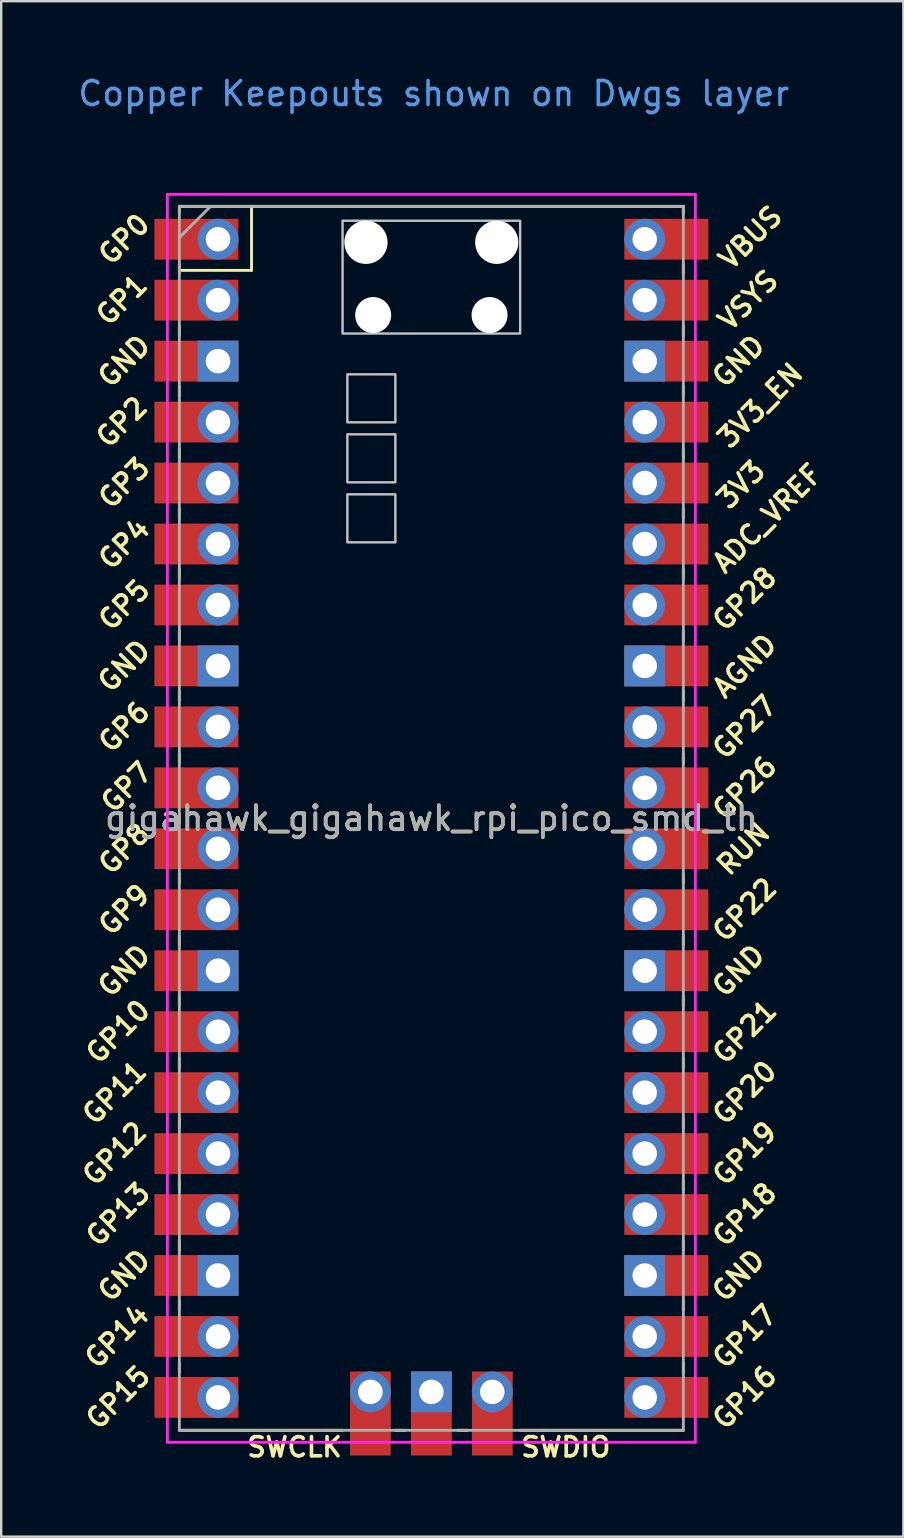
<source format=kicad_pcb>
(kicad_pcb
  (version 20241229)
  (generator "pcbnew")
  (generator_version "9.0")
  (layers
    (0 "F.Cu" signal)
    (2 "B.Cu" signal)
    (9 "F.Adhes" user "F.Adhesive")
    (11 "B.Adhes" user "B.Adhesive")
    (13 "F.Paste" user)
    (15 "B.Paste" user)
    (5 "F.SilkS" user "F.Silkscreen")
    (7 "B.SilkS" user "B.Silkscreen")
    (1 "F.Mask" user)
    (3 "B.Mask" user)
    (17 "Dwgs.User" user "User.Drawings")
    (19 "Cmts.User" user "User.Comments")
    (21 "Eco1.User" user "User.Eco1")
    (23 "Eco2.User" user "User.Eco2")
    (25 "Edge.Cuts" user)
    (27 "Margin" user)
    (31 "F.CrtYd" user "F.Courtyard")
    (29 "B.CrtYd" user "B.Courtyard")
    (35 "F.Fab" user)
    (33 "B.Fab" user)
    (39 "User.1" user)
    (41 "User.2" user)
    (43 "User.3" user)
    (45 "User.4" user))
  (footprint "gigahawk_gigahawk_rpi_pico_smd_th"
    (layer "F.Cu")
    (at 14.924 31.048)
    (property "Reference" "gigahawk_gigahawk_rpi_pico_smd_th" (at 0 0 0) (layer "F.SilkS") (effects (font (size 1 1) (thickness 0.15))))
    (attr through_hole)
    (fp_line (start -10.5 -25.5) (end -10.5 -25.2) (stroke (width 0.12) (type solid)) (layer "F.SilkS"))
    (fp_line (start -10.5 -25.5) (end 10.5 -25.5) (stroke (width 0.12) (type solid)) (layer "F.SilkS"))
    (fp_line (start -10.5 -23.1) (end -10.5 -22.7) (stroke (width 0.12) (type solid)) (layer "F.SilkS"))
    (fp_line (start -10.5 -22.833) (end -7.493 -22.833) (stroke (width 0.12) (type solid)) (layer "F.SilkS"))
    (fp_line (start -10.5 -20.5) (end -10.5 -20.1) (stroke (width 0.12) (type solid)) (layer "F.SilkS"))
    (fp_line (start -10.5 -18) (end -10.5 -17.6) (stroke (width 0.12) (type solid)) (layer "F.SilkS"))
    (fp_line (start -10.5 -15.4) (end -10.5 -15) (stroke (width 0.12) (type solid)) (layer "F.SilkS"))
    (fp_line (start -10.5 -12.9) (end -10.5 -12.5) (stroke (width 0.12) (type solid)) (layer "F.SilkS"))
    (fp_line (start -10.5 -10.4) (end -10.5 -10) (stroke (width 0.12) (type solid)) (layer "F.SilkS"))
    (fp_line (start -10.5 -7.8) (end -10.5 -7.4) (stroke (width 0.12) (type solid)) (layer "F.SilkS"))
    (fp_line (start -10.5 -5.3) (end -10.5 -4.9) (stroke (width 0.12) (type solid)) (layer "F.SilkS"))
    (fp_line (start -10.5 -2.7) (end -10.5 -2.3) (stroke (width 0.12) (type solid)) (layer "F.SilkS"))
    (fp_line (start -10.5 -0.2) (end -10.5 0.2) (stroke (width 0.12) (type solid)) (layer "F.SilkS"))
    (fp_line (start -10.5 2.3) (end -10.5 2.7) (stroke (width 0.12) (type solid)) (layer "F.SilkS"))
    (fp_line (start -10.5 4.9) (end -10.5 5.3) (stroke (width 0.12) (type solid)) (layer "F.SilkS"))
    (fp_line (start -10.5 7.4) (end -10.5 7.8) (stroke (width 0.12) (type solid)) (layer "F.SilkS"))
    (fp_line (start -10.5 10) (end -10.5 10.4) (stroke (width 0.12) (type solid)) (layer "F.SilkS"))
    (fp_line (start -10.5 12.5) (end -10.5 12.9) (stroke (width 0.12) (type solid)) (layer "F.SilkS"))
    (fp_line (start -10.5 15.1) (end -10.5 15.5) (stroke (width 0.12) (type solid)) (layer "F.SilkS"))
    (fp_line (start -10.5 17.6) (end -10.5 18) (stroke (width 0.12) (type solid)) (layer "F.SilkS"))
    (fp_line (start -10.5 20.1) (end -10.5 20.5) (stroke (width 0.12) (type solid)) (layer "F.SilkS"))
    (fp_line (start -10.5 22.7) (end -10.5 23.1) (stroke (width 0.12) (type solid)) (layer "F.SilkS"))
    (fp_line (start -7.493 -22.833) (end -7.493 -25.5) (stroke (width 0.12) (type solid)) (layer "F.SilkS"))
    (fp_line (start -3.7 25.5) (end -10.5 25.5) (stroke (width 0.12) (type solid)) (layer "F.SilkS"))
    (fp_line (start -1.5 25.5) (end -1.1 25.5) (stroke (width 0.12) (type solid)) (layer "F.SilkS"))
    (fp_line (start 1.1 25.5) (end 1.5 25.5) (stroke (width 0.12) (type solid)) (layer "F.SilkS"))
    (fp_line (start 10.5 -25.5) (end 10.5 -25.2) (stroke (width 0.12) (type solid)) (layer "F.SilkS"))
    (fp_line (start 10.5 -23.1) (end 10.5 -22.7) (stroke (width 0.12) (type solid)) (layer "F.SilkS"))
    (fp_line (start 10.5 -20.5) (end 10.5 -20.1) (stroke (width 0.12) (type solid)) (layer "F.SilkS"))
    (fp_line (start 10.5 -18) (end 10.5 -17.6) (stroke (width 0.12) (type solid)) (layer "F.SilkS"))
    (fp_line (start 10.5 -15.4) (end 10.5 -15) (stroke (width 0.12) (type solid)) (layer "F.SilkS"))
    (fp_line (start 10.5 -12.9) (end 10.5 -12.5) (stroke (width 0.12) (type solid)) (layer "F.SilkS"))
    (fp_line (start 10.5 -10.4) (end 10.5 -10) (stroke (width 0.12) (type solid)) (layer "F.SilkS"))
    (fp_line (start 10.5 -7.8) (end 10.5 -7.4) (stroke (width 0.12) (type solid)) (layer "F.SilkS"))
    (fp_line (start 10.5 -5.3) (end 10.5 -4.9) (stroke (width 0.12) (type solid)) (layer "F.SilkS"))
    (fp_line (start 10.5 -2.7) (end 10.5 -2.3) (stroke (width 0.12) (type solid)) (layer "F.SilkS"))
    (fp_line (start 10.5 -0.2) (end 10.5 0.2) (stroke (width 0.12) (type solid)) (layer "F.SilkS"))
    (fp_line (start 10.5 2.3) (end 10.5 2.7) (stroke (width 0.12) (type solid)) (layer "F.SilkS"))
    (fp_line (start 10.5 4.9) (end 10.5 5.3) (stroke (width 0.12) (type solid)) (layer "F.SilkS"))
    (fp_line (start 10.5 7.4) (end 10.5 7.8) (stroke (width 0.12) (type solid)) (layer "F.SilkS"))
    (fp_line (start 10.5 10) (end 10.5 10.4) (stroke (width 0.12) (type solid)) (layer "F.SilkS"))
    (fp_line (start 10.5 12.5) (end 10.5 12.9) (stroke (width 0.12) (type solid)) (layer "F.SilkS"))
    (fp_line (start 10.5 15.1) (end 10.5 15.5) (stroke (width 0.12) (type solid)) (layer "F.SilkS"))
    (fp_line (start 10.5 17.6) (end 10.5 18) (stroke (width 0.12) (type solid)) (layer "F.SilkS"))
    (fp_line (start 10.5 20.1) (end 10.5 20.5) (stroke (width 0.12) (type solid)) (layer "F.SilkS"))
    (fp_line (start 10.5 22.7) (end 10.5 23.1) (stroke (width 0.12) (type solid)) (layer "F.SilkS"))
    (fp_line (start 10.5 25.5) (end 3.7 25.5) (stroke (width 0.12) (type solid)) (layer "F.SilkS"))
    (fp_poly (pts (xy -1.5 -16.5) (xy -3.5 -16.5) (xy -3.5 -18.5) (xy -1.5 -18.5)) (stroke (width 0.1) (type solid)) (fill no) (layer "Dwgs.User"))
    (fp_poly (pts (xy -1.5 -14) (xy -3.5 -14) (xy -3.5 -16) (xy -1.5 -16)) (stroke (width 0.1) (type solid)) (fill no) (layer "Dwgs.User"))
    (fp_poly (pts (xy -1.5 -11.5) (xy -3.5 -11.5) (xy -3.5 -13.5) (xy -1.5 -13.5)) (stroke (width 0.1) (type solid)) (fill no) (layer "Dwgs.User"))
    (fp_poly (pts (xy 3.7 -20.2) (xy -3.7 -20.2) (xy -3.7 -24.9) (xy 3.7 -24.9)) (stroke (width 0.1) (type solid)) (fill no) (layer "Dwgs.User"))
    (fp_line (start -11 -26) (end 11 -26) (stroke (width 0.12) (type solid)) (layer "F.CrtYd"))
    (fp_line (start -11 26) (end -11 -26) (stroke (width 0.12) (type solid)) (layer "F.CrtYd"))
    (fp_line (start 11 -26) (end 11 26) (stroke (width 0.12) (type solid)) (layer "F.CrtYd"))
    (fp_line (start 11 26) (end -11 26) (stroke (width 0.12) (type solid)) (layer "F.CrtYd"))
    (fp_line (start -10.5 -25.5) (end 10.5 -25.5) (stroke (width 0.12) (type solid)) (layer "F.Fab"))
    (fp_line (start -10.5 -24.2) (end -9.2 -25.5) (stroke (width 0.12) (type solid)) (layer "F.Fab"))
    (fp_line (start -10.5 25.5) (end -10.5 -25.5) (stroke (width 0.12) (type solid)) (layer "F.Fab"))
    (fp_line (start 10.5 -25.5) (end 10.5 25.5) (stroke (width 0.12) (type solid)) (layer "F.Fab"))
    (fp_line (start 10.5 25.5) (end -10.5 25.5) (stroke (width 0.12) (type solid)) (layer "F.Fab"))
    (fp_text user "GP27" (at 13.054 -3.8 45) (layer "F.SilkS") (effects (font (size 0.8 0.8) (thickness 0.15))))
    (fp_text user "GND" (at 12.8 19.05 45) (layer "F.SilkS") (effects (font (size 0.8 0.8) (thickness 0.15))))
    (fp_text user "GP26" (at 13.054 -1.27 45) (layer "F.SilkS") (effects (font (size 0.8 0.8) (thickness 0.15))))
    (fp_text user "GP21" (at 13.054 8.9 45) (layer "F.SilkS") (effects (font (size 0.8 0.8) (thickness 0.15))))
    (fp_text user "GP3" (at -12.8 -13.97 45) (layer "F.SilkS") (effects (font (size 0.8 0.8) (thickness 0.15))))
    (fp_text user "GP14" (at -13.1 21.59 45) (layer "F.SilkS") (effects (font (size 0.8 0.8) (thickness 0.15))))
    (fp_text user "GP28" (at 13.054 -9.144 45) (layer "F.SilkS") (effects (font (size 0.8 0.8) (thickness 0.15))))
    (fp_text user "GP17" (at 13.054 21.59 45) (layer "F.SilkS") (effects (font (size 0.8 0.8) (thickness 0.15))))
    (fp_text user "GND" (at -12.8 -19.05 45) (layer "F.SilkS") (effects (font (size 0.8 0.8) (thickness 0.15))))
    (fp_text user "GP4" (at -12.8 -11.43 45) (layer "F.SilkS") (effects (font (size 0.8 0.8) (thickness 0.15))))
    (fp_text user "GP15" (at -13.054 24.13 45) (layer "F.SilkS") (effects (font (size 0.8 0.8) (thickness 0.15))))
    (fp_text user "GND" (at -12.8 19.05 45) (layer "F.SilkS") (effects (font (size 0.8 0.8) (thickness 0.15))))
    (fp_text user "GND" (at 12.8 -19.05 45) (layer "F.SilkS") (effects (font (size 0.8 0.8) (thickness 0.15))))
    (fp_text user "GP9" (at -12.8 3.81 45) (layer "F.SilkS") (effects (font (size 0.8 0.8) (thickness 0.15))))
    (fp_text user "GP10" (at -13.054 8.89 45) (layer "F.SilkS") (effects (font (size 0.8 0.8) (thickness 0.15))))
    (fp_text user "GP5" (at -12.8 -8.89 45) (layer "F.SilkS") (effects (font (size 0.8 0.8) (thickness 0.15))))
    (fp_text user "GP6" (at -12.8 -3.81 45) (layer "F.SilkS") (effects (font (size 0.8 0.8) (thickness 0.15))))
    (fp_text user "GND" (at -12.8 6.35 45) (layer "F.SilkS") (effects (font (size 0.8 0.8) (thickness 0.15))))
    (fp_text user "VSYS" (at 13.2 -21.59 45) (layer "F.SilkS") (effects (font (size 0.8 0.8) (thickness 0.15))))
    (fp_text user "GND" (at 12.8 6.35 45) (layer "F.SilkS") (effects (font (size 0.8 0.8) (thickness 0.15))))
    (fp_text user "GP22" (at 13.054 3.81 45) (layer "F.SilkS") (effects (font (size 0.8 0.8) (thickness 0.15))))
    (fp_text user "GP7" (at -12.7 -1.3 45) (layer "F.SilkS") (effects (font (size 0.8 0.8) (thickness 0.15))))
    (fp_text user "GP18" (at 13.054 16.51 45) (layer "F.SilkS") (effects (font (size 0.8 0.8) (thickness 0.15))))
    (fp_text user "GP2" (at -12.9 -16.51 45) (layer "F.SilkS") (effects (font (size 0.8 0.8) (thickness 0.15))))
    (fp_text user "GP19" (at 13.054 13.97 45) (layer "F.SilkS") (effects (font (size 0.8 0.8) (thickness 0.15))))
    (fp_text user "GP1" (at -12.9 -21.6 45) (layer "F.SilkS") (effects (font (size 0.8 0.8) (thickness 0.15))))
    (fp_text user "3V3" (at 12.9 -13.9 45) (layer "F.SilkS") (effects (font (size 0.8 0.8) (thickness 0.15))))
    (fp_text user "ADC_VREF" (at 14 -12.5 45) (layer "F.SilkS") (effects (font (size 0.8 0.8) (thickness 0.15))))
    (fp_text user "GP0" (at -12.8 -24.13 45) (layer "F.SilkS") (effects (font (size 0.8 0.8) (thickness 0.15))))
    (fp_text user "RUN" (at 13 1.27 45) (layer "F.SilkS") (effects (font (size 0.8 0.8) (thickness 0.15))))
    (fp_text user "3V3_EN" (at 13.7 -17.2 45) (layer "F.SilkS") (effects (font (size 0.8 0.8) (thickness 0.15))))
    (fp_text user "GP20" (at 13.054 11.43 45) (layer "F.SilkS") (effects (font (size 0.8 0.8) (thickness 0.15))))
    (fp_text user "GP13" (at -13.054 16.51 45) (layer "F.SilkS") (effects (font (size 0.8 0.8) (thickness 0.15))))
    (fp_text user "GP16" (at 13.054 24.13 45) (layer "F.SilkS") (effects (font (size 0.8 0.8) (thickness 0.15))))
    (fp_text user "GND" (at -12.8 -6.35 45) (layer "F.SilkS") (effects (font (size 0.8 0.8) (thickness 0.15))))
    (fp_text user "GP12" (at -13.2 13.97 45) (layer "F.SilkS") (effects (font (size 0.8 0.8) (thickness 0.15))))
    (fp_text user "SWCLK" (at -5.7 26.2 0) (layer "F.SilkS") (effects (font (size 0.8 0.8) (thickness 0.15))))
    (fp_text user "GP8" (at -12.8 1.27 45) (layer "F.SilkS") (effects (font (size 0.8 0.8) (thickness 0.15))))
    (fp_text user "SWDIO" (at 5.6 26.2 0) (layer "F.SilkS") (effects (font (size 0.8 0.8) (thickness 0.15))))
    (fp_text user "AGND" (at 13.054 -6.35 45) (layer "F.SilkS") (effects (font (size 0.8 0.8) (thickness 0.15))))
    (fp_text user "GP11" (at -13.2 11.43 45) (layer "F.SilkS") (effects (font (size 0.8 0.8) (thickness 0.15))))
    (fp_text user "VBUS" (at 13.3 -24.2 45) (layer "F.SilkS") (effects (font (size 0.8 0.8) (thickness 0.15))))
    (fp_text user "Copper Keepouts shown on Dwgs layer" (at 0.1 -30.2 0) (layer "Cmts.User") (effects (font (size 1 1) (thickness 0.15))))
    (fp_text user "${REFERENCE}" (at 0 0 180) (layer "F.Fab") (effects (font (size 1 1) (thickness 0.15))))
    (pad "" np_thru_hole oval (at -2.725 -24) (size 1.8 1.8) (drill 1.8) (layers "*.Cu" "*.Mask"))
    (pad "" np_thru_hole oval (at -2.425 -20.97) (size 1.5 1.5) (drill 1.5) (layers "*.Cu" "*.Mask"))
    (pad "" np_thru_hole oval (at 2.425 -20.97) (size 1.5 1.5) (drill 1.5) (layers "*.Cu" "*.Mask"))
    (pad "" np_thru_hole oval (at 2.725 -24) (size 1.8 1.8) (drill 1.8) (layers "*.Cu" "*.Mask"))
    (pad "1" thru_hole oval (at -8.89 -24.13) (size 1.7 1.7) (drill 1.02) (layers "*.Cu" "*.Mask"))
    (pad "1" smd rect (at -8.89 -24.13) (size 3.5 1.7) (drill (offset -0.9 0)) (layers "F.Cu" "F.Mask"))
    (pad "2" thru_hole oval (at -8.89 -21.59) (size 1.7 1.7) (drill 1.02) (layers "*.Cu" "*.Mask"))
    (pad "2" smd rect (at -8.89 -21.59) (size 3.5 1.7) (drill (offset -0.9 0)) (layers "F.Cu" "F.Mask"))
    (pad "3" thru_hole rect (at -8.89 -19.05) (size 1.7 1.7) (drill 1.02) (layers "*.Cu" "*.Mask"))
    (pad "3" smd rect (at -8.89 -19.05) (size 3.5 1.7) (drill (offset -0.9 0)) (layers "F.Cu" "F.Mask"))
    (pad "4" thru_hole oval (at -8.89 -16.51) (size 1.7 1.7) (drill 1.02) (layers "*.Cu" "*.Mask"))
    (pad "4" smd rect (at -8.89 -16.51) (size 3.5 1.7) (drill (offset -0.9 0)) (layers "F.Cu" "F.Mask"))
    (pad "5" thru_hole oval (at -8.89 -13.97) (size 1.7 1.7) (drill 1.02) (layers "*.Cu" "*.Mask"))
    (pad "5" smd rect (at -8.89 -13.97) (size 3.5 1.7) (drill (offset -0.9 0)) (layers "F.Cu" "F.Mask"))
    (pad "6" thru_hole oval (at -8.89 -11.43) (size 1.7 1.7) (drill 1.02) (layers "*.Cu" "*.Mask"))
    (pad "6" smd rect (at -8.89 -11.43) (size 3.5 1.7) (drill (offset -0.9 0)) (layers "F.Cu" "F.Mask"))
    (pad "7" thru_hole oval (at -8.89 -8.89) (size 1.7 1.7) (drill 1.02) (layers "*.Cu" "*.Mask"))
    (pad "7" smd rect (at -8.89 -8.89) (size 3.5 1.7) (drill (offset -0.9 0)) (layers "F.Cu" "F.Mask"))
    (pad "8" thru_hole rect (at -8.89 -6.35) (size 1.7 1.7) (drill 1.02) (layers "*.Cu" "*.Mask"))
    (pad "8" smd rect (at -8.89 -6.35) (size 3.5 1.7) (drill (offset -0.9 0)) (layers "F.Cu" "F.Mask"))
    (pad "9" thru_hole oval (at -8.89 -3.81) (size 1.7 1.7) (drill 1.02) (layers "*.Cu" "*.Mask"))
    (pad "9" smd rect (at -8.89 -3.81) (size 3.5 1.7) (drill (offset -0.9 0)) (layers "F.Cu" "F.Mask"))
    (pad "10" thru_hole oval (at -8.89 -1.27) (size 1.7 1.7) (drill 1.02) (layers "*.Cu" "*.Mask"))
    (pad "10" smd rect (at -8.89 -1.27) (size 3.5 1.7) (drill (offset -0.9 0)) (layers "F.Cu" "F.Mask"))
    (pad "11" thru_hole oval (at -8.89 1.27) (size 1.7 1.7) (drill 1.02) (layers "*.Cu" "*.Mask"))
    (pad "11" smd rect (at -8.89 1.27) (size 3.5 1.7) (drill (offset -0.9 0)) (layers "F.Cu" "F.Mask"))
    (pad "12" thru_hole oval (at -8.89 3.81) (size 1.7 1.7) (drill 1.02) (layers "*.Cu" "*.Mask"))
    (pad "12" smd rect (at -8.89 3.81) (size 3.5 1.7) (drill (offset -0.9 0)) (layers "F.Cu" "F.Mask"))
    (pad "13" thru_hole rect (at -8.89 6.35) (size 1.7 1.7) (drill 1.02) (layers "*.Cu" "*.Mask"))
    (pad "13" smd rect (at -8.89 6.35) (size 3.5 1.7) (drill (offset -0.9 0)) (layers "F.Cu" "F.Mask"))
    (pad "14" thru_hole oval (at -8.89 8.89) (size 1.7 1.7) (drill 1.02) (layers "*.Cu" "*.Mask"))
    (pad "14" smd rect (at -8.89 8.89) (size 3.5 1.7) (drill (offset -0.9 0)) (layers "F.Cu" "F.Mask"))
    (pad "15" thru_hole oval (at -8.89 11.43) (size 1.7 1.7) (drill 1.02) (layers "*.Cu" "*.Mask"))
    (pad "15" smd rect (at -8.89 11.43) (size 3.5 1.7) (drill (offset -0.9 0)) (layers "F.Cu" "F.Mask"))
    (pad "16" thru_hole oval (at -8.89 13.97) (size 1.7 1.7) (drill 1.02) (layers "*.Cu" "*.Mask"))
    (pad "16" smd rect (at -8.89 13.97) (size 3.5 1.7) (drill (offset -0.9 0)) (layers "F.Cu" "F.Mask"))
    (pad "17" thru_hole oval (at -8.89 16.51) (size 1.7 1.7) (drill 1.02) (layers "*.Cu" "*.Mask"))
    (pad "17" smd rect (at -8.89 16.51) (size 3.5 1.7) (drill (offset -0.9 0)) (layers "F.Cu" "F.Mask"))
    (pad "18" thru_hole rect (at -8.89 19.05) (size 1.7 1.7) (drill 1.02) (layers "*.Cu" "*.Mask"))
    (pad "18" smd rect (at -8.89 19.05) (size 3.5 1.7) (drill (offset -0.9 0)) (layers "F.Cu" "F.Mask"))
    (pad "19" thru_hole oval (at -8.89 21.59) (size 1.7 1.7) (drill 1.02) (layers "*.Cu" "*.Mask"))
    (pad "19" smd rect (at -8.89 21.59) (size 3.5 1.7) (drill (offset -0.9 0)) (layers "F.Cu" "F.Mask"))
    (pad "20" thru_hole oval (at -8.89 24.13) (size 1.7 1.7) (drill 1.02) (layers "*.Cu" "*.Mask"))
    (pad "20" smd rect (at -8.89 24.13) (size 3.5 1.7) (drill (offset -0.9 0)) (layers "F.Cu" "F.Mask"))
    (pad "21" thru_hole oval (at 8.89 24.13) (size 1.7 1.7) (drill 1.02) (layers "*.Cu" "*.Mask"))
    (pad "21" smd rect (at 8.89 24.13) (size 3.5 1.7) (drill (offset 0.9 0)) (layers "F.Cu" "F.Mask"))
    (pad "22" thru_hole oval (at 8.89 21.59) (size 1.7 1.7) (drill 1.02) (layers "*.Cu" "*.Mask"))
    (pad "22" smd rect (at 8.89 21.59) (size 3.5 1.7) (drill (offset 0.9 0)) (layers "F.Cu" "F.Mask"))
    (pad "23" thru_hole rect (at 8.89 19.05) (size 1.7 1.7) (drill 1.02) (layers "*.Cu" "*.Mask"))
    (pad "23" smd rect (at 8.89 19.05) (size 3.5 1.7) (drill (offset 0.9 0)) (layers "F.Cu" "F.Mask"))
    (pad "24" thru_hole oval (at 8.89 16.51) (size 1.7 1.7) (drill 1.02) (layers "*.Cu" "*.Mask"))
    (pad "24" smd rect (at 8.89 16.51) (size 3.5 1.7) (drill (offset 0.9 0)) (layers "F.Cu" "F.Mask"))
    (pad "25" thru_hole oval (at 8.89 13.97) (size 1.7 1.7) (drill 1.02) (layers "*.Cu" "*.Mask"))
    (pad "25" smd rect (at 8.89 13.97) (size 3.5 1.7) (drill (offset 0.9 0)) (layers "F.Cu" "F.Mask"))
    (pad "26" thru_hole oval (at 8.89 11.43) (size 1.7 1.7) (drill 1.02) (layers "*.Cu" "*.Mask"))
    (pad "26" smd rect (at 8.89 11.43) (size 3.5 1.7) (drill (offset 0.9 0)) (layers "F.Cu" "F.Mask"))
    (pad "27" thru_hole oval (at 8.89 8.89) (size 1.7 1.7) (drill 1.02) (layers "*.Cu" "*.Mask"))
    (pad "27" smd rect (at 8.89 8.89) (size 3.5 1.7) (drill (offset 0.9 0)) (layers "F.Cu" "F.Mask"))
    (pad "28" thru_hole rect (at 8.89 6.35) (size 1.7 1.7) (drill 1.02) (layers "*.Cu" "*.Mask"))
    (pad "28" smd rect (at 8.89 6.35) (size 3.5 1.7) (drill (offset 0.9 0)) (layers "F.Cu" "F.Mask"))
    (pad "29" thru_hole oval (at 8.89 3.81) (size 1.7 1.7) (drill 1.02) (layers "*.Cu" "*.Mask"))
    (pad "29" smd rect (at 8.89 3.81) (size 3.5 1.7) (drill (offset 0.9 0)) (layers "F.Cu" "F.Mask"))
    (pad "30" thru_hole oval (at 8.89 1.27) (size 1.7 1.7) (drill 1.02) (layers "*.Cu" "*.Mask"))
    (pad "30" smd rect (at 8.89 1.27) (size 3.5 1.7) (drill (offset 0.9 0)) (layers "F.Cu" "F.Mask"))
    (pad "31" thru_hole oval (at 8.89 -1.27) (size 1.7 1.7) (drill 1.02) (layers "*.Cu" "*.Mask"))
    (pad "31" smd rect (at 8.89 -1.27) (size 3.5 1.7) (drill (offset 0.9 0)) (layers "F.Cu" "F.Mask"))
    (pad "32" thru_hole oval (at 8.89 -3.81) (size 1.7 1.7) (drill 1.02) (layers "*.Cu" "*.Mask"))
    (pad "32" smd rect (at 8.89 -3.81) (size 3.5 1.7) (drill (offset 0.9 0)) (layers "F.Cu" "F.Mask"))
    (pad "33" thru_hole rect (at 8.89 -6.35) (size 1.7 1.7) (drill 1.02) (layers "*.Cu" "*.Mask"))
    (pad "33" smd rect (at 8.89 -6.35) (size 3.5 1.7) (drill (offset 0.9 0)) (layers "F.Cu" "F.Mask"))
    (pad "34" thru_hole oval (at 8.89 -8.89) (size 1.7 1.7) (drill 1.02) (layers "*.Cu" "*.Mask"))
    (pad "34" smd rect (at 8.89 -8.89) (size 3.5 1.7) (drill (offset 0.9 0)) (layers "F.Cu" "F.Mask"))
    (pad "35" thru_hole oval (at 8.89 -11.43) (size 1.7 1.7) (drill 1.02) (layers "*.Cu" "*.Mask"))
    (pad "35" smd rect (at 8.89 -11.43) (size 3.5 1.7) (drill (offset 0.9 0)) (layers "F.Cu" "F.Mask"))
    (pad "36" thru_hole oval (at 8.89 -13.97) (size 1.7 1.7) (drill 1.02) (layers "*.Cu" "*.Mask"))
    (pad "36" smd rect (at 8.89 -13.97) (size 3.5 1.7) (drill (offset 0.9 0)) (layers "F.Cu" "F.Mask"))
    (pad "37" thru_hole oval (at 8.89 -16.51) (size 1.7 1.7) (drill 1.02) (layers "*.Cu" "*.Mask"))
    (pad "37" smd rect (at 8.89 -16.51) (size 3.5 1.7) (drill (offset 0.9 0)) (layers "F.Cu" "F.Mask"))
    (pad "38" thru_hole rect (at 8.89 -19.05) (size 1.7 1.7) (drill 1.02) (layers "*.Cu" "*.Mask"))
    (pad "38" smd rect (at 8.89 -19.05) (size 3.5 1.7) (drill (offset 0.9 0)) (layers "F.Cu" "F.Mask"))
    (pad "39" thru_hole oval (at 8.89 -21.59) (size 1.7 1.7) (drill 1.02) (layers "*.Cu" "*.Mask"))
    (pad "39" smd rect (at 8.89 -21.59) (size 3.5 1.7) (drill (offset 0.9 0)) (layers "F.Cu" "F.Mask"))
    (pad "40" thru_hole oval (at 8.89 -24.13) (size 1.7 1.7) (drill 1.02) (layers "*.Cu" "*.Mask"))
    (pad "40" smd rect (at 8.89 -24.13) (size 3.5 1.7) (drill (offset 0.9 0)) (layers "F.Cu" "F.Mask"))
    (pad "41" thru_hole oval (at -2.54 23.9) (size 1.7 1.7) (drill 1.02) (layers "*.Cu" "*.Mask"))
    (pad "41" smd rect (at -2.54 23.9 90) (size 3.5 1.7) (drill (offset -0.9 0)) (layers "F.Cu" "F.Mask"))
    (pad "42" thru_hole rect (at 0 23.9) (size 1.7 1.7) (drill 1.02) (layers "*.Cu" "*.Mask"))
    (pad "42" smd rect (at 0 23.9 90) (size 3.5 1.7) (drill (offset -0.9 0)) (layers "F.Cu" "F.Mask"))
    (pad "43" thru_hole oval (at 2.54 23.9) (size 1.7 1.7) (drill 1.02) (layers "*.Cu" "*.Mask"))
    (pad "43" smd rect (at 2.54 23.9 90) (size 3.5 1.7) (drill (offset -0.9 0)) (layers "F.Cu" "F.Mask")))
  (gr_rect
    (start -3 -3)
    (end 34.591 60.98)
    (stroke (width 0.1) (type default))
    (fill no)
    (layer "Edge.Cuts")))
</source>
